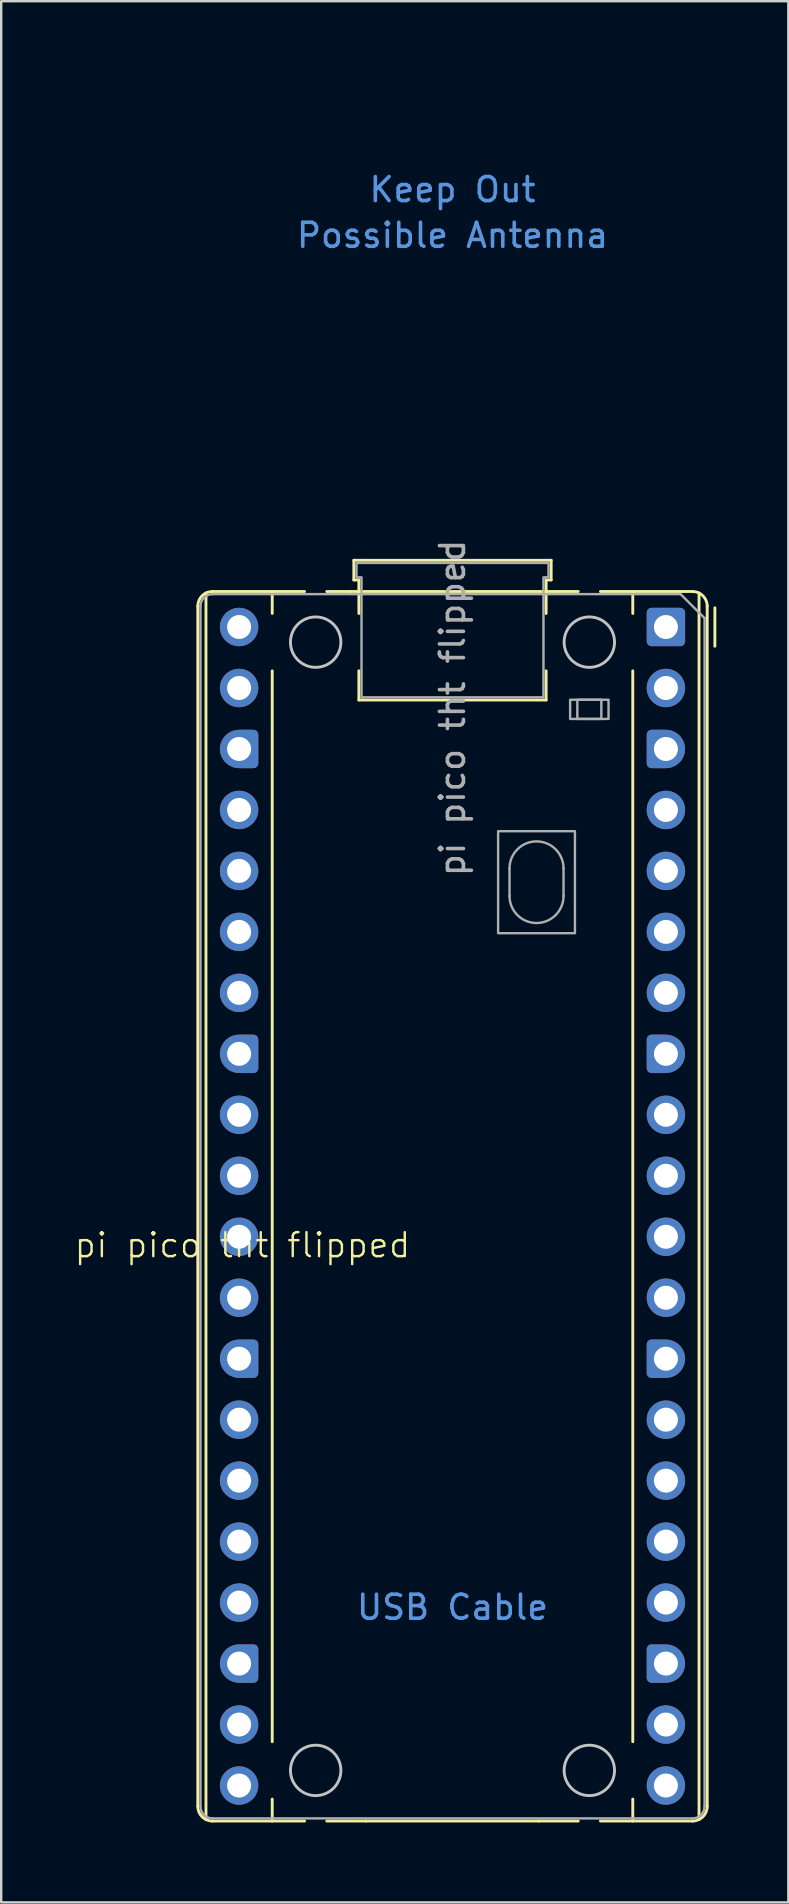
<source format=kicad_pcb>
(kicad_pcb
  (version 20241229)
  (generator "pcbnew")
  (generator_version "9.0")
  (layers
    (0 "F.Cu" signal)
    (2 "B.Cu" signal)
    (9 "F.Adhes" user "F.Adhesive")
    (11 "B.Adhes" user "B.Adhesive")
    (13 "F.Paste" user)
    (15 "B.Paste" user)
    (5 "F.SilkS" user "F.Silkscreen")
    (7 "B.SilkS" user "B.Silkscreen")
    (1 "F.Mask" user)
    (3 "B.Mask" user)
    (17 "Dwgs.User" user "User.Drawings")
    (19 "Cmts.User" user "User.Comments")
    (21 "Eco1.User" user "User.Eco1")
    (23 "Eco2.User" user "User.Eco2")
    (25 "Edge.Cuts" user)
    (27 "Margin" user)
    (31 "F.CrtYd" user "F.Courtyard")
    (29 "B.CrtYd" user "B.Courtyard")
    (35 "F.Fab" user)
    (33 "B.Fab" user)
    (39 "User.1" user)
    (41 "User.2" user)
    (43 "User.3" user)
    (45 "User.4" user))
  (footprint "pi pico tht flipped"
    (layer "F.Cu")
    (at 6.8 23.07)
    (property "Reference" "pi pico tht flipped" (at 0.25 25.75 0) (unlocked yes) (layer "F.SilkS") (effects (font (size 1 1) (thickness 0.1))))
    (attr smd)
    (fp_line (start -1.61 -0.87) (end -1.61 49.13) (stroke (width 0.12) (type solid)) (layer "F.SilkS"))
    (fp_line (start -1.27 49.677) (end -1.27 -1.417) (stroke (width 0.12) (type solid)) (layer "F.SilkS"))
    (fp_line (start -1 -1.48) (end 1.49 -1.48) (stroke (width 0.12) (type solid)) (layer "F.SilkS"))
    (fp_line (start 1.49 -1.48) (end 1.49 -0.566) (stroke (width 0.12) (type solid)) (layer "F.SilkS"))
    (fp_line (start 1.49 1.826) (end 1.49 46.434) (stroke (width 0.12) (type solid)) (layer "F.SilkS"))
    (fp_line (start 1.49 48.826) (end 1.49 49.74) (stroke (width 0.12) (type solid)) (layer "F.SilkS"))
    (fp_line (start 2.838 -1.48) (end 1.49 -1.48) (stroke (width 0.12) (type solid)) (layer "F.SilkS"))
    (fp_line (start 2.838 49.74) (end -1 49.74) (stroke (width 0.12) (type solid)) (layer "F.SilkS"))
    (fp_line (start 3.762 49.74) (end 5.4 49.74) (stroke (width 0.12) (type solid)) (layer "F.SilkS"))
    (fp_line (start 4.765 -1.48) (end 3.762 -1.48) (stroke (width 0.12) (type solid)) (layer "F.SilkS"))
    (fp_line (start 4.89 -2.78) (end 4.89 -1.96) (stroke (width 0.12) (type solid)) (layer "F.SilkS"))
    (fp_line (start 4.89 -1.96) (end 5.1 -1.96) (stroke (width 0.12) (type solid)) (layer "F.SilkS"))
    (fp_line (start 5.1 -1.96) (end 5.1 -0.564) (stroke (width 0.12) (type solid)) (layer "F.SilkS"))
    (fp_line (start 5.1 1.824) (end 5.1 3.04) (stroke (width 0.12) (type solid)) (layer "F.SilkS"))
    (fp_line (start 5.1 3.04) (end 12.9 3.04) (stroke (width 0.12) (type solid)) (layer "F.SilkS"))
    (fp_line (start 5.4 49.74) (end 12.6 49.74) (stroke (width 0.12) (type solid)) (layer "F.SilkS"))
    (fp_line (start 12.6 49.74) (end 14.238 49.74) (stroke (width 0.12) (type solid)) (layer "F.SilkS"))
    (fp_line (start 12.9 -1.96) (end 12.9 -0.564) (stroke (width 0.12) (type solid)) (layer "F.SilkS"))
    (fp_line (start 12.9 1.824) (end 12.9 3.04) (stroke (width 0.12) (type solid)) (layer "F.SilkS"))
    (fp_line (start 13.11 -2.78) (end 4.89 -2.78) (stroke (width 0.12) (type solid)) (layer "F.SilkS"))
    (fp_line (start 13.11 -2.78) (end 13.11 -1.96) (stroke (width 0.12) (type solid)) (layer "F.SilkS"))
    (fp_line (start 13.11 -1.96) (end 12.9 -1.96) (stroke (width 0.12) (type solid)) (layer "F.SilkS"))
    (fp_line (start 13.235 -1.48) (end 4.765 -1.48) (stroke (width 0.12) (type solid)) (layer "F.SilkS"))
    (fp_line (start 14.238 -1.48) (end 13.235 -1.48) (stroke (width 0.12) (type solid)) (layer "F.SilkS"))
    (fp_line (start 16.51 -1.48) (end 15.162 -1.48) (stroke (width 0.12) (type solid)) (layer "F.SilkS"))
    (fp_line (start 16.51 -1.48) (end 16.51 -0.566) (stroke (width 0.12) (type solid)) (layer "F.SilkS"))
    (fp_line (start 16.51 1.826) (end 16.51 46.434) (stroke (width 0.12) (type solid)) (layer "F.SilkS"))
    (fp_line (start 16.51 48.826) (end 16.51 49.74) (stroke (width 0.12) (type solid)) (layer "F.SilkS"))
    (fp_line (start 19 -1.48) (end 16.51 -1.48) (stroke (width 0.12) (type solid)) (layer "F.SilkS"))
    (fp_line (start 19 49.74) (end 15.162 49.74) (stroke (width 0.12) (type solid)) (layer "F.SilkS"))
    (fp_line (start 19.27 -1.417) (end 19.27 49.677) (stroke (width 0.12) (type solid)) (layer "F.SilkS"))
    (fp_line (start 19.61 -0.87) (end 19.61 49.13) (stroke (width 0.12) (type solid)) (layer "F.SilkS"))
    (fp_line (start 19.93 0.8) (end 19.93 -0.8) (stroke (width 0.12) (type solid)) (layer "F.SilkS"))
    (fp_arc (start -1.61 -0.87) (mid -1.431335 -1.301335) (end -1 -1.48) (stroke (width 0.12) (type solid)) (layer "F.SilkS"))
    (fp_arc (start -1 49.74) (mid -1.431335 49.561335) (end -1.61 49.13) (stroke (width 0.12) (type solid)) (layer "F.SilkS"))
    (fp_arc (start 19 -1.48) (mid 19.431335 -1.301335) (end 19.61 -0.87) (stroke (width 0.12) (type solid)) (layer "F.SilkS"))
    (fp_arc (start 19.61 49.13) (mid 19.431364 49.561364) (end 19 49.74) (stroke (width 0.12) (type solid)) (layer "F.SilkS"))
    (fp_circle (center 3.3 0.63) (end 2.25 0.63) (stroke (width 0.12) (type solid)) (fill no) (layer "Dwgs.User"))
    (fp_circle (center 3.3 47.63) (end 2.25 47.63) (stroke (width 0.12) (type solid)) (fill no) (layer "Dwgs.User"))
    (fp_circle (center 14.7 0.63) (end 13.65 0.63) (stroke (width 0.12) (type solid)) (fill no) (layer "Dwgs.User"))
    (fp_circle (center 14.7 47.63) (end 13.65 47.63) (stroke (width 0.12) (type solid)) (fill no) (layer "Dwgs.User"))
    (fp_line (start -1.5 -0.87) (end -1.5 49.13) (stroke (width 0.1) (type solid)) (layer "F.Fab"))
    (fp_line (start -1 49.63) (end 19 49.63) (stroke (width 0.1) (type solid)) (layer "F.Fab"))
    (fp_line (start 11.375 10.055) (end 11.375 11.205) (stroke (width 0.1) (type solid)) (layer "F.Fab"))
    (fp_line (start 13.625 10.055) (end 13.625 11.205) (stroke (width 0.1) (type solid)) (layer "F.Fab"))
    (fp_line (start 18.5 -1.37) (end -1 -1.37) (stroke (width 0.1) (type solid)) (layer "F.Fab"))
    (fp_line (start 19.5 -0.37) (end 18.5 -1.37) (stroke (width 0.1) (type solid)) (layer "F.Fab"))
    (fp_line (start 19.5 49.13) (end 19.5 -0.37) (stroke (width 0.1) (type solid)) (layer "F.Fab"))
    (fp_rect (start 14.1 8.505) (end 10.9 12.755) (stroke (width 0.1) (type solid)) (fill no) (layer "F.Fab"))
    (fp_rect (start 15.2 3.03) (end 14.2 3.83) (stroke (width 0.1) (type solid)) (fill no) (layer "F.Fab"))
    (fp_rect (start 15.5 3.03) (end 13.9 3.83) (stroke (width 0.1) (type solid)) (fill no) (layer "F.Fab"))
    (fp_arc (start -1.5 -0.87) (mid -1.353553 -1.223553) (end -1 -1.37) (stroke (width 0.1) (type solid)) (layer "F.Fab"))
    (fp_arc (start -1 49.63) (mid -1.353553 49.483553) (end -1.5 49.13) (stroke (width 0.1) (type solid)) (layer "F.Fab"))
    (fp_arc (start 11.375 10.055) (mid 12.5 8.93) (end 13.625 10.055) (stroke (width 0.1) (type solid)) (layer "F.Fab"))
    (fp_arc (start 13.625 11.205) (mid 12.5 12.33) (end 11.375 11.205) (stroke (width 0.1) (type solid)) (layer "F.Fab"))
    (fp_arc (start 19.5 49.13) (mid 19.353553 49.483553) (end 19 49.63) (stroke (width 0.1) (type solid)) (layer "F.Fab"))
    (fp_poly (pts (xy 5.21 2.93) (xy 5.21 -2.07) (xy 5 -2.07) (xy 5 -2.67) (xy 13 -2.67) (xy 13 -2.07) (xy 12.79 -2.07) (xy 12.79 2.93)) (stroke (width 0.1) (type solid)) (fill no) (layer "F.Fab"))
    (fp_text user "USB Cable" (at 9 40.835 0) (unlocked yes) (layer "Cmts.User") (effects (font (size 1 1) (thickness 0.15))))
    (fp_text user "Possible Antenna" (at 9 -16.315 0) (unlocked yes) (layer "Cmts.User") (effects (font (size 1 1) (thickness 0.15))))
    (fp_text user "Keep Out" (at 9 -18.22 0) (unlocked yes) (layer "Cmts.User") (effects (font (size 1 1) (thickness 0.15))))
    (fp_text user "${REFERENCE}" (at 9 3.37 90) (layer "F.Fab") (effects (font (size 1 1) (thickness 0.15))))
    (pad "1" thru_hole roundrect (at 17.89 0) (size 1.6 1.6) (drill 1) (layers "*.Cu" "*.Mask") (roundrect_rratio 0.125))
    (pad "2" thru_hole circle (at 17.89 2.54) (size 1.6 1.6) (drill 1) (layers "*.Cu" "*.Mask"))
    (pad "3" thru_hole custom (at 17.89 5.08) (size 1.6 1.6) (drill 1) (layers "*.Cu" "*.Mask") (options (anchor circle)) (primitives (gr_poly (pts (xy -0.8 0.6) (xy -0.8 -0.6) (xy -0.6 -0.8) (xy 0 -0.8) (xy 0 0.8) (xy -0.6 0.8)) (width 0) (fill yes)) (gr_circle (center -0.6 0.6) (end -0.8 0.6) (width 0) (fill yes)) (gr_circle (center -0.6 -0.6) (end -0.8 -0.6) (width 0) (fill yes))))
    (pad "4" thru_hole circle (at 17.89 7.62) (size 1.6 1.6) (drill 1) (layers "*.Cu" "*.Mask"))
    (pad "5" thru_hole circle (at 17.89 10.16) (size 1.6 1.6) (drill 1) (layers "*.Cu" "*.Mask"))
    (pad "6" thru_hole circle (at 17.89 12.7) (size 1.6 1.6) (drill 1) (layers "*.Cu" "*.Mask"))
    (pad "7" thru_hole circle (at 17.89 15.24) (size 1.6 1.6) (drill 1) (layers "*.Cu" "*.Mask"))
    (pad "8" thru_hole custom (at 17.89 17.78) (size 1.6 1.6) (drill 1) (layers "*.Cu" "*.Mask") (options (anchor circle)) (primitives (gr_poly (pts (xy -0.8 0.6) (xy -0.8 -0.6) (xy -0.6 -0.8) (xy 0 -0.8) (xy 0 0.8) (xy -0.6 0.8)) (width 0) (fill yes)) (gr_circle (center -0.6 0.6) (end -0.8 0.6) (width 0) (fill yes)) (gr_circle (center -0.6 -0.6) (end -0.8 -0.6) (width 0) (fill yes))))
    (pad "9" thru_hole circle (at 17.89 20.32) (size 1.6 1.6) (drill 1) (layers "*.Cu" "*.Mask"))
    (pad "10" thru_hole circle (at 17.89 22.86) (size 1.6 1.6) (drill 1) (layers "*.Cu" "*.Mask"))
    (pad "11" thru_hole circle (at 17.89 25.4) (size 1.6 1.6) (drill 1) (layers "*.Cu" "*.Mask"))
    (pad "12" thru_hole circle (at 17.89 27.94) (size 1.6 1.6) (drill 1) (layers "*.Cu" "*.Mask"))
    (pad "13" thru_hole custom (at 17.89 30.48) (size 1.6 1.6) (drill 1) (layers "*.Cu" "*.Mask") (options (anchor circle)) (primitives (gr_poly (pts (xy -0.8 0.6) (xy -0.8 -0.6) (xy -0.6 -0.8) (xy 0 -0.8) (xy 0 0.8) (xy -0.6 0.8)) (width 0) (fill yes)) (gr_circle (center -0.6 0.6) (end -0.8 0.6) (width 0) (fill yes)) (gr_circle (center -0.6 -0.6) (end -0.8 -0.6) (width 0) (fill yes))))
    (pad "14" thru_hole circle (at 17.89 33.02) (size 1.6 1.6) (drill 1) (layers "*.Cu" "*.Mask"))
    (pad "15" thru_hole circle (at 17.89 35.56) (size 1.6 1.6) (drill 1) (layers "*.Cu" "*.Mask"))
    (pad "16" thru_hole circle (at 17.89 38.1) (size 1.6 1.6) (drill 1) (layers "*.Cu" "*.Mask"))
    (pad "17" thru_hole circle (at 17.89 40.64) (size 1.6 1.6) (drill 1) (layers "*.Cu" "*.Mask"))
    (pad "18" thru_hole custom (at 17.89 43.18) (size 1.6 1.6) (drill 1) (layers "*.Cu" "*.Mask") (options (anchor circle)) (primitives (gr_poly (pts (xy -0.8 0.6) (xy -0.8 -0.6) (xy -0.6 -0.8) (xy 0 -0.8) (xy 0 0.8) (xy -0.6 0.8)) (width 0) (fill yes)) (gr_circle (center -0.6 0.6) (end -0.8 0.6) (width 0) (fill yes)) (gr_circle (center -0.6 -0.6) (end -0.8 -0.6) (width 0) (fill yes))))
    (pad "19" thru_hole circle (at 17.89 45.72) (size 1.6 1.6) (drill 1) (layers "*.Cu" "*.Mask"))
    (pad "20" thru_hole circle (at 17.89 48.26) (size 1.6 1.6) (drill 1) (layers "*.Cu" "*.Mask"))
    (pad "21" thru_hole circle (at 0.11 48.26) (size 1.6 1.6) (drill 1) (layers "*.Cu" "*.Mask"))
    (pad "22" thru_hole circle (at 0.11 45.72) (size 1.6 1.6) (drill 1) (layers "*.Cu" "*.Mask"))
    (pad "23" thru_hole custom (at 0.11 43.18) (size 1.6 1.6) (drill 1) (layers "*.Cu" "*.Mask") (options (anchor circle)) (primitives (gr_poly (pts (xy 0.8 0.6) (xy 0.8 -0.6) (xy 0.6 -0.8) (xy 0 -0.8) (xy 0 0.8) (xy 0.6 0.8)) (width 0) (fill yes)) (gr_circle (center 0.6 0.6) (end 0.4 0.6) (width 0) (fill yes)) (gr_circle (center 0.6 -0.6) (end 0.4 -0.6) (width 0) (fill yes))))
    (pad "24" thru_hole circle (at 0.11 40.64) (size 1.6 1.6) (drill 1) (layers "*.Cu" "*.Mask"))
    (pad "25" thru_hole circle (at 0.11 38.1) (size 1.6 1.6) (drill 1) (layers "*.Cu" "*.Mask"))
    (pad "26" thru_hole circle (at 0.11 35.56) (size 1.6 1.6) (drill 1) (layers "*.Cu" "*.Mask"))
    (pad "27" thru_hole circle (at 0.11 33.02) (size 1.6 1.6) (drill 1) (layers "*.Cu" "*.Mask"))
    (pad "28" thru_hole custom (at 0.11 30.48) (size 1.6 1.6) (drill 1) (layers "*.Cu" "*.Mask") (options (anchor circle)) (primitives (gr_poly (pts (xy 0.8 0.6) (xy 0.8 -0.6) (xy 0.6 -0.8) (xy 0 -0.8) (xy 0 0.8) (xy 0.6 0.8)) (width 0) (fill yes)) (gr_circle (center 0.6 0.6) (end 0.4 0.6) (width 0) (fill yes)) (gr_circle (center 0.6 -0.6) (end 0.4 -0.6) (width 0) (fill yes))))
    (pad "29" thru_hole circle (at 0.11 27.94) (size 1.6 1.6) (drill 1) (layers "*.Cu" "*.Mask"))
    (pad "30" thru_hole circle (at 0.11 25.4) (size 1.6 1.6) (drill 1) (layers "*.Cu" "*.Mask"))
    (pad "31" thru_hole circle (at 0.11 22.86) (size 1.6 1.6) (drill 1) (layers "*.Cu" "*.Mask"))
    (pad "32" thru_hole circle (at 0.11 20.32) (size 1.6 1.6) (drill 1) (layers "*.Cu" "*.Mask"))
    (pad "33" thru_hole custom (at 0.11 17.78) (size 1.6 1.6) (drill 1) (layers "*.Cu" "*.Mask") (options (anchor circle)) (primitives (gr_poly (pts (xy 0.8 0.6) (xy 0.8 -0.6) (xy 0.6 -0.8) (xy 0 -0.8) (xy 0 0.8) (xy 0.6 0.8)) (width 0) (fill yes)) (gr_circle (center 0.6 0.6) (end 0.4 0.6) (width 0) (fill yes)) (gr_circle (center 0.6 -0.6) (end 0.4 -0.6) (width 0) (fill yes))))
    (pad "34" thru_hole circle (at 0.11 15.24) (size 1.6 1.6) (drill 1) (layers "*.Cu" "*.Mask"))
    (pad "35" thru_hole circle (at 0.11 12.7) (size 1.6 1.6) (drill 1) (layers "*.Cu" "*.Mask"))
    (pad "36" thru_hole circle (at 0.11 10.16) (size 1.6 1.6) (drill 1) (layers "*.Cu" "*.Mask"))
    (pad "37" thru_hole circle (at 0.11 7.62) (size 1.6 1.6) (drill 1) (layers "*.Cu" "*.Mask"))
    (pad "38" thru_hole custom (at 0.11 5.08) (size 1.6 1.6) (drill 1) (layers "*.Cu" "*.Mask") (options (anchor circle)) (primitives (gr_poly (pts (xy 0.8 0.6) (xy 0.8 -0.6) (xy 0.6 -0.8) (xy 0 -0.8) (xy 0 0.8) (xy 0.6 0.8)) (width 0) (fill yes)) (gr_circle (center 0.6 0.6) (end 0.4 0.6) (width 0) (fill yes)) (gr_circle (center 0.6 -0.6) (end 0.4 -0.6) (width 0) (fill yes))))
    (pad "39" thru_hole circle (at 0.11 2.54) (size 1.6 1.6) (drill 1) (layers "*.Cu" "*.Mask"))
    (pad "40" thru_hole circle (at 0.11 0) (size 1.6 1.6) (drill 1) (layers "*.Cu" "*.Mask"))
    (zone (net_name "") (layers "F.Cu" "B.Cu" "F.Paste" "B.Paste") (name "Antenna Copper Keep Out") (hatch full 0.5) (connect_pads) (min_thickness 0.254) (filled_areas_thickness no) (keepout (tracks not_allowed) (vias not_allowed) (pads not_allowed) (copperpour not_allowed) (footprints allowed)) (placement (enabled no)) (fill) (polygon (pts (xy 18.2 72.19) (xy 22.9 68.54) (xy 22.9 64.2) (xy 8.7 64.2) (xy 8.7 68.54) (xy 13.4 72.19) (xy 13.4 73.2) (xy 18.2 73.2))))
    (zone (net_name "") (layer "F.CrtYd") (name "USB Cable") (hatch edge 0.5) (connect_pads) (min_thickness 0.254) (filled_areas_thickness no) (keepout (tracks allowed) (vias allowed) (pads allowed) (copperpour allowed) (footprints allowed)) (placement (enabled no)) (fill) (polygon (pts (xy 21.55 19.5) (xy 19.74 19.5) (xy 19.74 19.9) (xy 11.86 19.9) (xy 11.86 19.5) (xy 10.05 19.5) (xy 10.05 0) (xy 21.55 0)))))
  (gr_rect
    (start -3 -3)
    (end 29.79 76.2)
    (stroke (width 0.1) (type default))
    (fill no)
    (layer "Edge.Cuts")))
</source>
